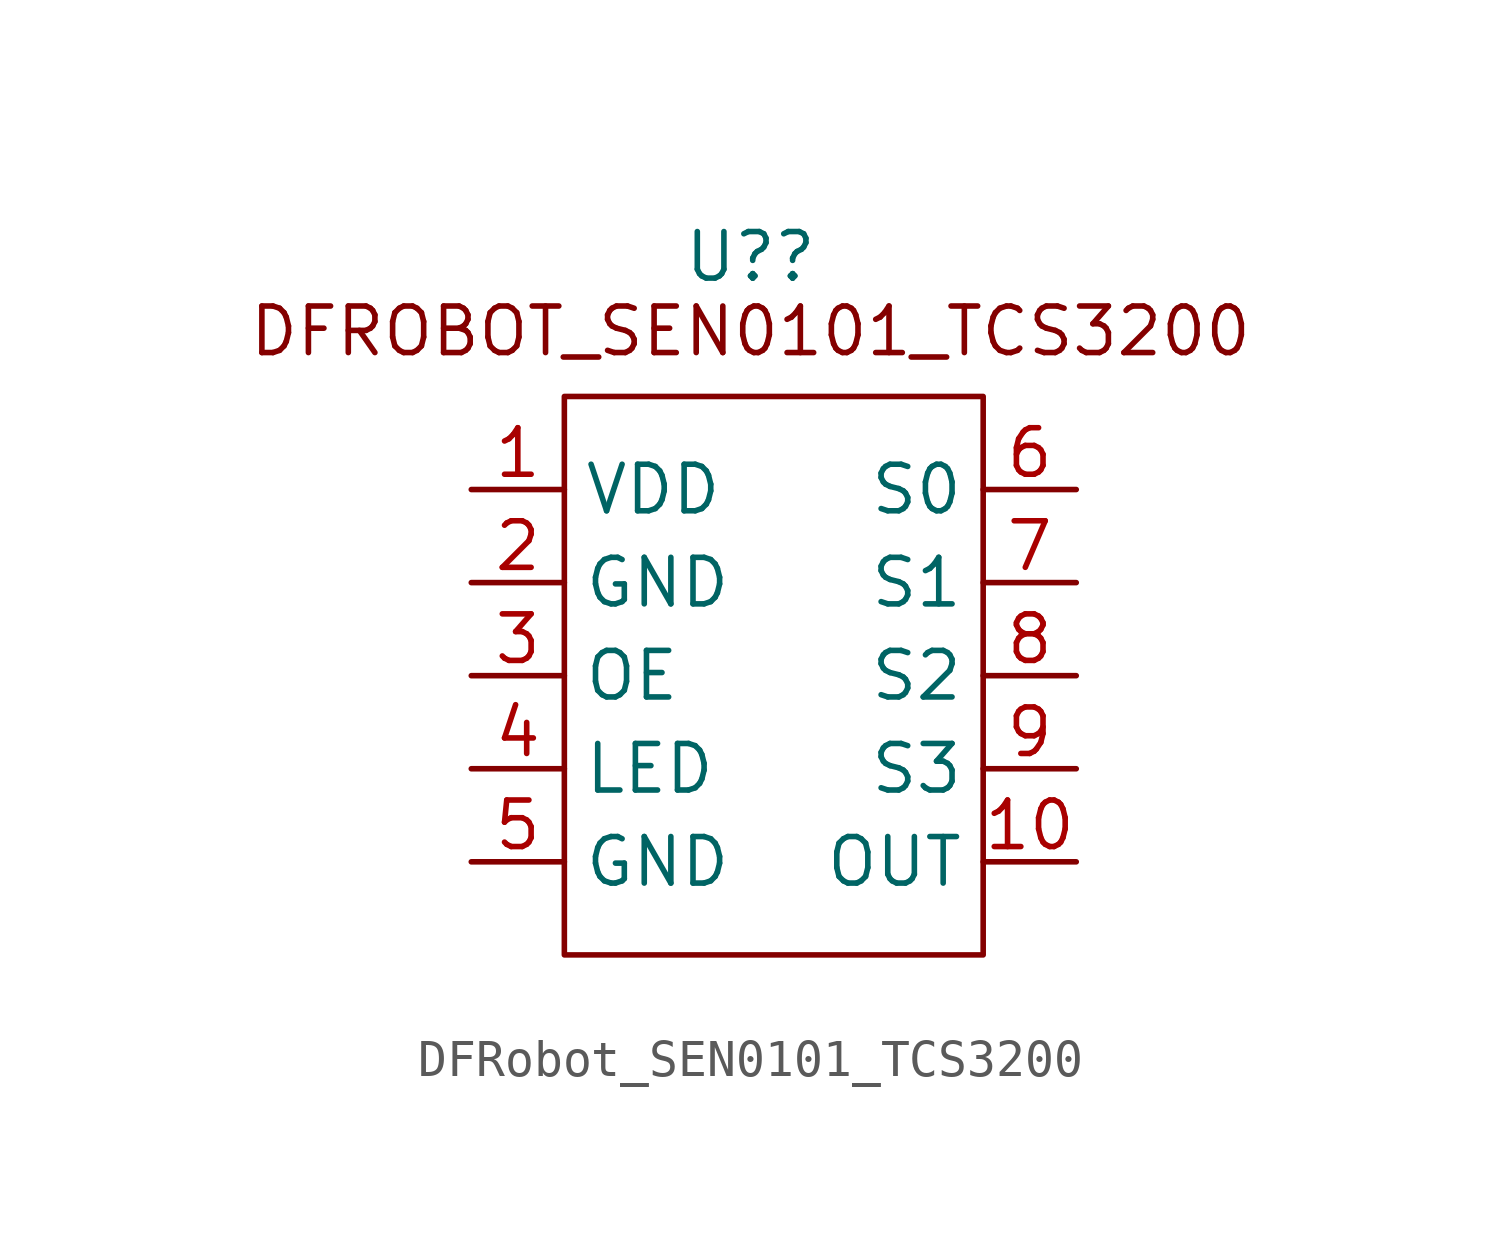
<source format=kicad_sym>
(kicad_symbol_lib
  (version 20241209)
  (generator "kicad_symbol_editor")
  (generator_version "9.0")
  (symbol "DFRobot_SEN0101_TCS3200"
    (property "Reference" "U?"
      (at 0 7.62 0)
      (effects (font (size 1.27 1.27))))
    (property "Value" ""
      (at 0 0 0)
      (effects (font (size 1.27 1.27))))
    (symbol "DFRobot_SEN0101_TCS3200_0_1"
      (rectangle (start -5.08 3.81) (end 6.35 -11.43) (stroke (width 0) (type default)) (fill (type none))))
    (symbol "DFRobot_SEN0101_TCS3200_1_1"
      (text "DFROBOT_SEN0101_TCS3200" (at 0 5.588 0) (effects (font (size 1.27 1.27))))
      (pin power_in line (at -7.62 1.27 0) (length 2.54) (name "VDD" (effects (font (size 1.27 1.27)))) (number "1" (effects (font (size 1.27 1.27)))))
      (pin power_in line (at -7.62 -1.27 0) (length 2.54) (name "GND" (effects (font (size 1.27 1.27)))) (number "2" (effects (font (size 1.27 1.27)))))
      (pin input line (at -7.62 -3.81 0) (length 2.54) (name "OE" (effects (font (size 1.27 1.27)))) (number "3" (effects (font (size 1.27 1.27)))))
      (pin input line (at -7.62 -6.35 0) (length 2.54) (name "LED" (effects (font (size 1.27 1.27)))) (number "4" (effects (font (size 1.27 1.27)))))
      (pin power_in line (at -7.62 -8.89 0) (length 2.54) (name "GND" (effects (font (size 1.27 1.27)))) (number "5" (effects (font (size 1.27 1.27)))))
      (pin input line (at 8.89 1.27 180) (length 2.54) (name "S0" (effects (font (size 1.27 1.27)))) (number "6" (effects (font (size 1.27 1.27)))))
      (pin input line (at 8.89 -1.27 180) (length 2.54) (name "S1" (effects (font (size 1.27 1.27)))) (number "7" (effects (font (size 1.27 1.27)))))
      (pin input line (at 8.89 -3.81 180) (length 2.54) (name "S2" (effects (font (size 1.27 1.27)))) (number "8" (effects (font (size 1.27 1.27)))))
      (pin input line (at 8.89 -6.35 180) (length 2.54) (name "S3" (effects (font (size 1.27 1.27)))) (number "9" (effects (font (size 1.27 1.27)))))
      (pin output line (at 8.89 -8.89 180) (length 2.54) (name "OUT" (effects (font (size 1.27 1.27)))) (number "10" (effects (font (size 1.27 1.27))))))))
</source>
